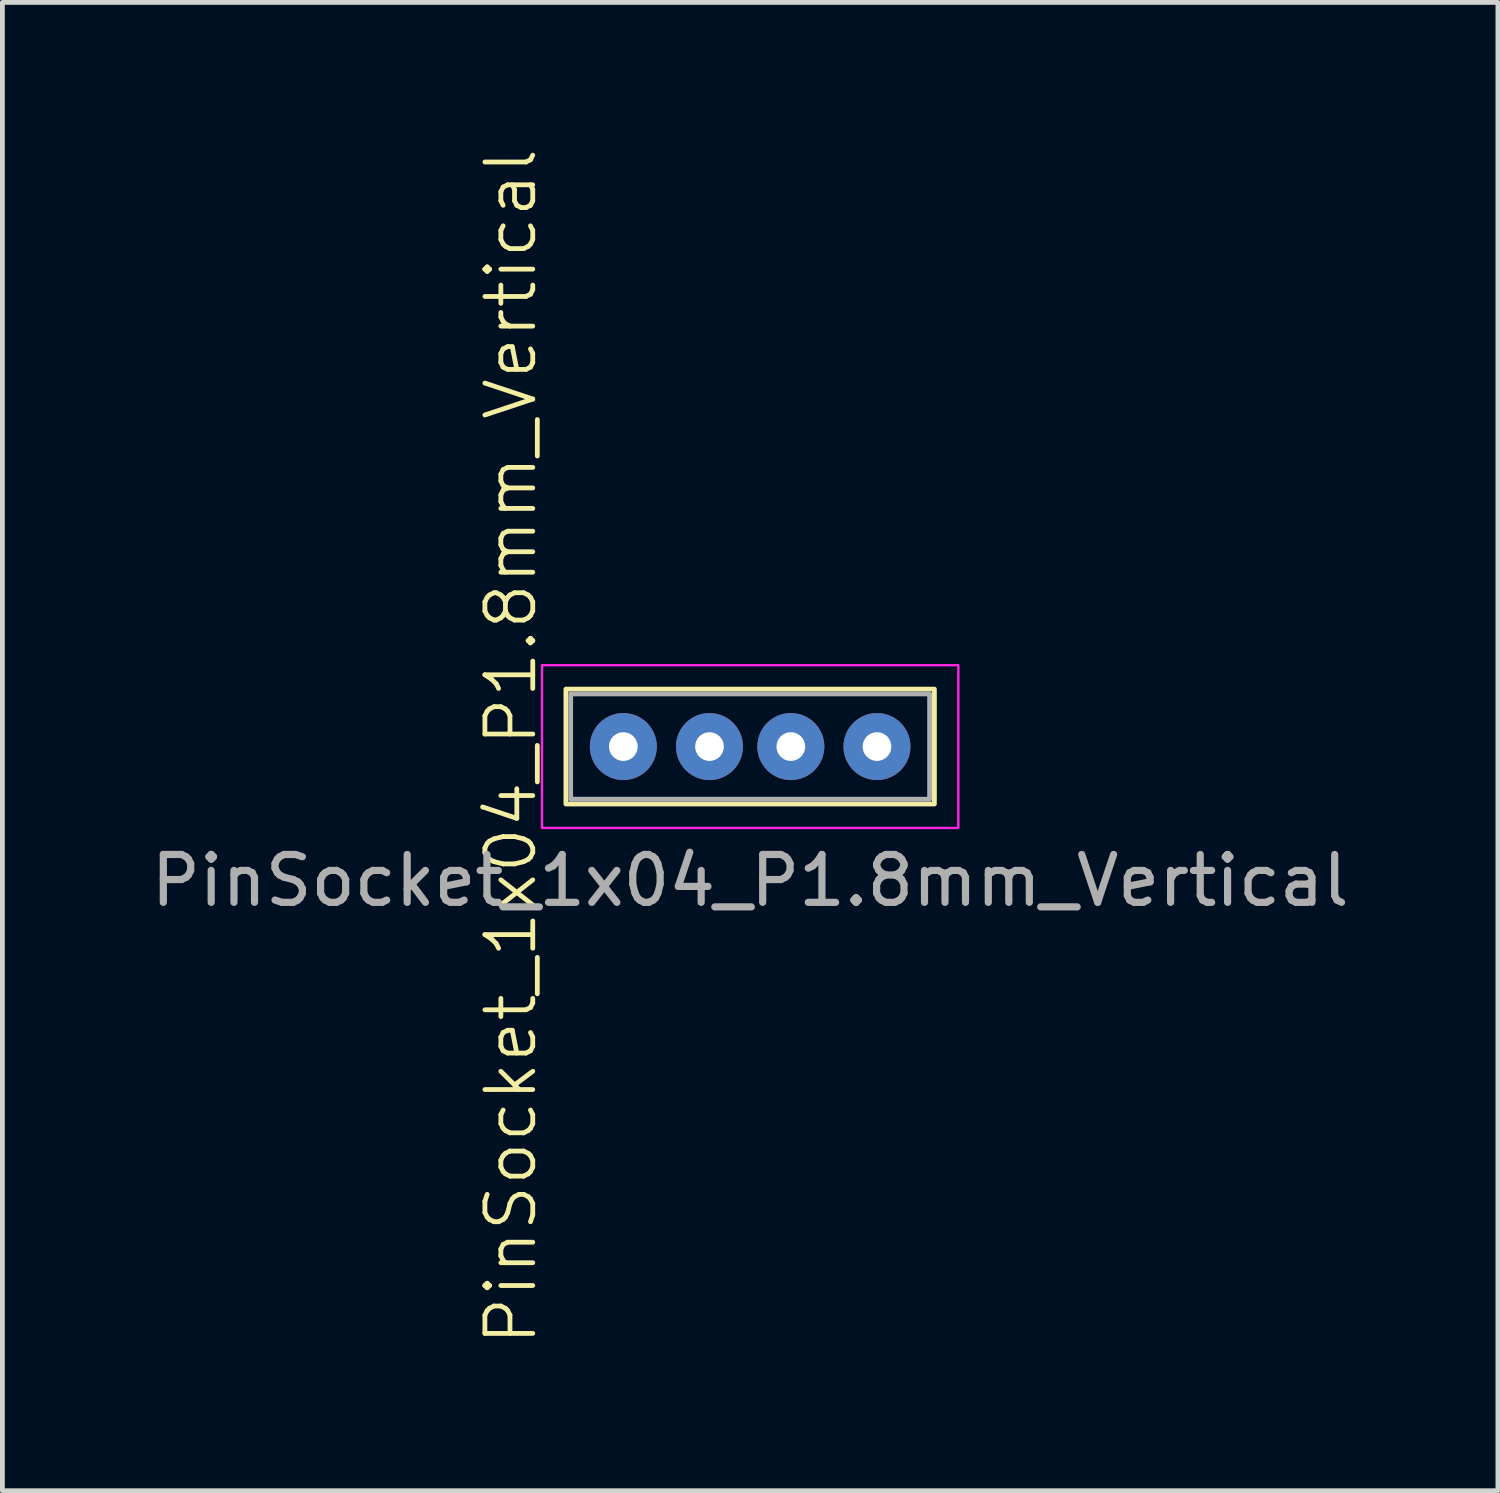
<source format=kicad_pcb>
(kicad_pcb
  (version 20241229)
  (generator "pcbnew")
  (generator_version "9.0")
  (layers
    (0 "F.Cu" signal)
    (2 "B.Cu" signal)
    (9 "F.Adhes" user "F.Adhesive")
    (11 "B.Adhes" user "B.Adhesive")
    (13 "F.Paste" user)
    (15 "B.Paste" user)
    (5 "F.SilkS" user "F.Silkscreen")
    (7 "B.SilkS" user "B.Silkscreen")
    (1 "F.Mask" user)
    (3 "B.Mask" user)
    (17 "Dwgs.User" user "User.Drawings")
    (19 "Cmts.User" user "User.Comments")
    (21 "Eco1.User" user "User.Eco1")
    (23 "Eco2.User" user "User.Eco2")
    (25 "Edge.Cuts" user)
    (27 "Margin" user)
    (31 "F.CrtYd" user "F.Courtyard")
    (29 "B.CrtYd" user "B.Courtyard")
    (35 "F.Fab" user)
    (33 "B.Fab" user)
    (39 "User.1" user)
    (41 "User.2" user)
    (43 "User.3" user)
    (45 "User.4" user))
  (footprint "PinSocket_1x04_P1.8mm_Vertical"
    (layer "F.Cu")
    (at 7.625 10.85)
    (property "Reference" "PinSocket_1x04_P1.8mm_Vertical" (at 0 1.7 90) (unlocked yes) (layer "F.SilkS") (effects (font (size 1 1) (thickness 0.1))))
    (attr smd)
    (fp_rect (start 1.15 0.5) (end 8.85 2.9) (stroke (width 0.1) (type default)) (fill no) (layer "F.SilkS"))
    (fp_rect (start 0.65 0) (end 9.35 3.4) (stroke (width 0.05) (type default)) (fill no) (layer "F.CrtYd"))
    (fp_rect (start 1.25 0.6) (end 8.75 2.8) (stroke (width 0.1) (type default)) (fill no) (layer "F.Fab"))
    (fp_text user "${REFERENCE}" (at 5 4.5 0) (unlocked yes) (layer "F.Fab") (effects (font (size 1 1) (thickness 0.15))))
    (pad "1" thru_hole circle (at 2.35 1.7) (size 1.4 1.4) (drill 0.6) (layers "*.Cu" "*.Mask"))
    (pad "2" thru_hole circle (at 4.15 1.7) (size 1.4 1.4) (drill 0.6) (layers "*.Cu" "*.Mask"))
    (pad "3" thru_hole circle (at 5.85 1.7) (size 1.4 1.4) (drill 0.6) (layers "*.Cu" "*.Mask"))
    (pad "4" thru_hole circle (at 7.65 1.7) (size 1.4 1.4) (drill 0.6) (layers "*.Cu" "*.Mask")))
  (gr_rect
    (start -3 -3)
    (end 28.25 28.1)
    (stroke (width 0.1) (type default))
    (fill no)
    (layer "Edge.Cuts")))
</source>
